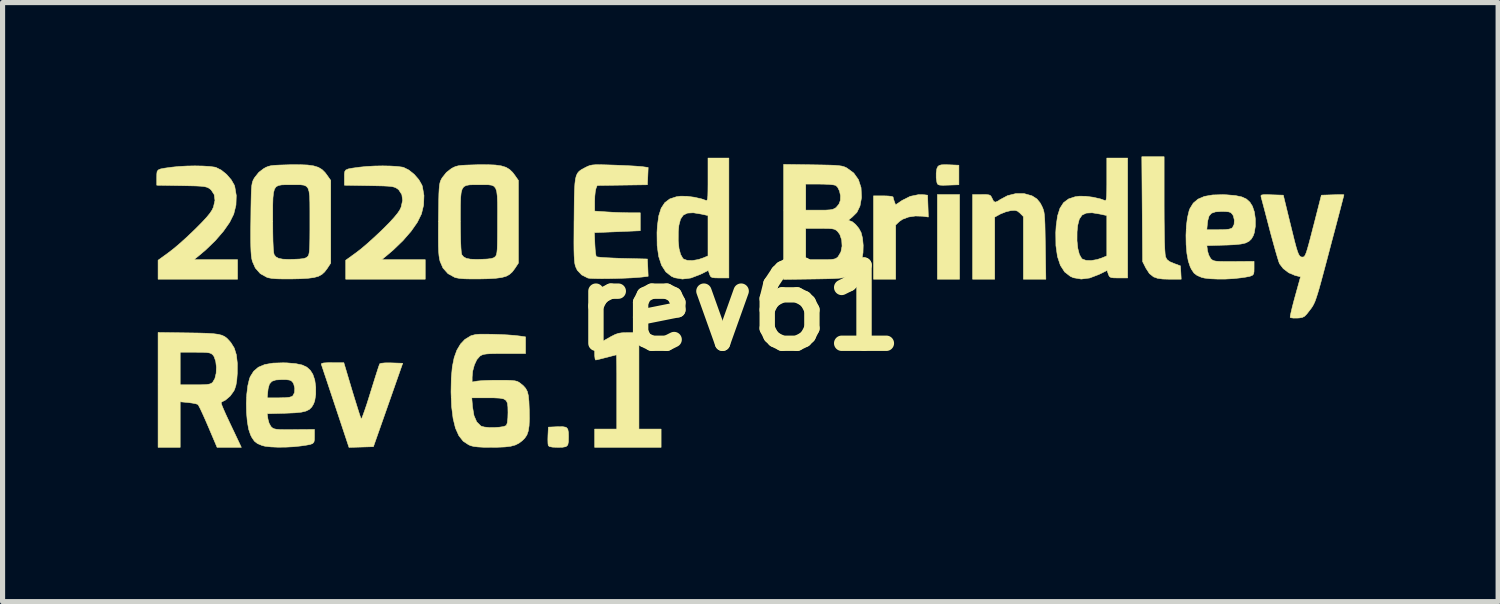
<source format=kicad_pcb>
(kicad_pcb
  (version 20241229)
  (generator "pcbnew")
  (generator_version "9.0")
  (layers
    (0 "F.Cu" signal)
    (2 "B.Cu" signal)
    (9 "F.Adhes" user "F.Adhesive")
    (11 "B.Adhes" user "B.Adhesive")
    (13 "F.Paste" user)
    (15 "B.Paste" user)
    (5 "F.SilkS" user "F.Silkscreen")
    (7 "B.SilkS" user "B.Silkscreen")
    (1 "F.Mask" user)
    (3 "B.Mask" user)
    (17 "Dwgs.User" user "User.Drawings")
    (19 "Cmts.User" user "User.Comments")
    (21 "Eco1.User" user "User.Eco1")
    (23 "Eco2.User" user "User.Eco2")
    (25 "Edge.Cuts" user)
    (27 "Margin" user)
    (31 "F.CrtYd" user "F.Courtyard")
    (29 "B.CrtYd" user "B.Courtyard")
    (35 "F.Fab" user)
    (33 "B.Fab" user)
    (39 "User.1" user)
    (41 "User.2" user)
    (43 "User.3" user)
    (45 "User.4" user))
  (footprint "rev61"
    (layer "F.Cu")
    (at 11.359 2.951)
    (property "Reference" "rev61" (at 0 0 0) (layer "F.SilkS") (effects (font (size 1.524 1.524) (thickness 0.3))))
    (attr through_hole)
    (fp_poly (pts (xy 4.293 -0.559) (xy 3.861 -0.559) (xy 3.861 -2.21) (xy 4.293 -2.21) (xy 4.293 -0.559)) (stroke (width 0.01) (type solid)) (fill yes) (layer "F.SilkS"))
    (fp_poly (pts (xy 4.09 -2.789) (xy 4.28 -2.781) (xy 4.28 -2.4) (xy 4.074 -2.393) (xy 3.971 -2.39) (xy 3.909 -2.393) (xy 3.875 -2.403) (xy 3.859 -2.423) (xy 3.852 -2.444) (xy 3.838 -2.533) (xy 3.838 -2.629) (xy 3.85 -2.711) (xy 3.868 -2.752) (xy 3.894 -2.775) (xy 3.937 -2.788) (xy 4.009 -2.791) (xy 4.09 -2.789)) (stroke (width 0.01) (type solid)) (fill yes) (layer "F.SilkS"))
    (fp_poly (pts (xy -3.376 2.327) (xy -3.343 2.362) (xy -3.33 2.427) (xy -3.328 2.506) (xy -3.33 2.609) (xy -3.343 2.672) (xy -3.378 2.704) (xy -3.445 2.716) (xy -3.534 2.718) (xy -3.64 2.714) (xy -3.701 2.702) (xy -3.723 2.683) (xy -3.729 2.641) (xy -3.731 2.566) (xy -3.729 2.487) (xy -3.721 2.324) (xy -3.546 2.316) (xy -3.441 2.315) (xy -3.376 2.327)) (stroke (width 0.01) (type solid)) (fill yes) (layer "F.SilkS"))
    (fp_poly (pts (xy 3.596 -2.206) (xy 3.67 -2.197) (xy 3.685 -1.771) (xy 3.57 -1.787) (xy 3.432 -1.791) (xy 3.298 -1.771) (xy 3.183 -1.728) (xy 3.119 -1.684) (xy 3.048 -1.616) (xy 3.048 -0.559) (xy 2.616 -0.559) (xy 2.616 -2.184) (xy 2.807 -2.184) (xy 2.898 -2.181) (xy 2.965 -2.174) (xy 2.996 -2.163) (xy 2.997 -2.161) (xy 3.006 -2.121) (xy 3.022 -2.073) (xy 3.046 -2.009) (xy 3.174 -2.095) (xy 3.331 -2.174) (xy 3.496 -2.208) (xy 3.596 -2.206)) (stroke (width 0.01) (type solid)) (fill yes) (layer "F.SilkS"))
    (fp_poly (pts (xy 8.28 -2.946) (xy 8.28 -2.01) (xy 8.281 -1.728) (xy 8.284 -1.489) (xy 8.287 -1.295) (xy 8.293 -1.147) (xy 8.3 -1.047) (xy 8.308 -0.996) (xy 8.308 -0.995) (xy 8.336 -0.942) (xy 8.387 -0.902) (xy 8.467 -0.868) (xy 8.598 -0.819) (xy 8.606 -0.689) (xy 8.613 -0.559) (xy 8.39 -0.559) (xy 8.251 -0.563) (xy 8.152 -0.577) (xy 8.078 -0.603) (xy 8.077 -0.603) (xy 7.994 -0.668) (xy 7.925 -0.775) (xy 7.861 -0.902) (xy 7.853 -1.924) (xy 7.845 -2.946) (xy 8.063 -2.946) (xy 8.28 -2.946)) (stroke (width 0.01) (type solid)) (fill yes) (layer "F.SilkS"))
    (fp_poly (pts (xy -1.956 2.362) (xy -1.524 2.362) (xy -1.524 2.718) (xy -2.819 2.718) (xy -2.819 2.362) (xy -2.388 2.362) (xy -2.388 1.638) (xy -2.388 1.452) (xy -2.388 1.284) (xy -2.389 1.14) (xy -2.391 1.027) (xy -2.392 0.95) (xy -2.394 0.916) (xy -2.394 0.915) (xy -2.42 0.921) (xy -2.482 0.937) (xy -2.569 0.96) (xy -2.591 0.965) (xy -2.684 0.989) (xy -2.757 1.007) (xy -2.797 1.015) (xy -2.8 1.016) (xy -2.811 0.993) (xy -2.818 0.934) (xy -2.819 0.878) (xy -2.819 0.74) (xy -2.594 0.612) (xy -2.49 0.553) (xy -2.415 0.516) (xy -2.352 0.495) (xy -2.285 0.485) (xy -2.201 0.483) (xy -2.162 0.483) (xy -1.956 0.483) (xy -1.956 2.362)) (stroke (width 0.01) (type solid)) (fill yes) (layer "F.SilkS"))
    (fp_poly (pts (xy -7.547 1.607) (xy -7.499 1.764) (xy -7.455 1.905) (xy -7.418 2.023) (xy -7.39 2.109) (xy -7.372 2.157) (xy -7.369 2.165) (xy -7.357 2.147) (xy -7.333 2.087) (xy -7.299 1.992) (xy -7.257 1.868) (xy -7.211 1.722) (xy -7.188 1.648) (xy -7.139 1.491) (xy -7.095 1.35) (xy -7.057 1.232) (xy -7.029 1.145) (xy -7.011 1.097) (xy -7.008 1.089) (xy -6.978 1.079) (xy -6.909 1.072) (xy -6.814 1.071) (xy -6.777 1.072) (xy -6.56 1.079) (xy -6.845 1.892) (xy -7.131 2.705) (xy -7.369 2.712) (xy -7.607 2.719) (xy -7.871 1.925) (xy -7.935 1.733) (xy -7.994 1.556) (xy -8.046 1.399) (xy -8.09 1.269) (xy -8.122 1.172) (xy -8.142 1.113) (xy -8.147 1.099) (xy -8.14 1.083) (xy -8.099 1.073) (xy -8.019 1.068) (xy -7.933 1.067) (xy -7.708 1.067) (xy -7.547 1.607)) (stroke (width 0.01) (type solid)) (fill yes) (layer "F.SilkS"))
    (fp_poly (pts (xy 5.551 -2.228) (xy 5.7 -2.186) (xy 5.716 -2.178) (xy 5.8 -2.124) (xy 5.861 -2.05) (xy 5.892 -1.994) (xy 5.911 -1.954) (xy 5.926 -1.914) (xy 5.938 -1.87) (xy 5.946 -1.813) (xy 5.952 -1.736) (xy 5.957 -1.632) (xy 5.96 -1.496) (xy 5.963 -1.319) (xy 5.965 -1.213) (xy 5.975 -0.559) (xy 5.537 -0.559) (xy 5.537 -1.78) (xy 5.472 -1.846) (xy 5.423 -1.886) (xy 5.374 -1.901) (xy 5.301 -1.897) (xy 5.291 -1.896) (xy 5.193 -1.872) (xy 5.095 -1.833) (xy 5.077 -1.824) (xy 4.978 -1.769) (xy 4.978 -0.559) (xy 4.547 -0.559) (xy 4.547 -2.21) (xy 4.721 -2.21) (xy 4.814 -2.209) (xy 4.869 -2.202) (xy 4.9 -2.185) (xy 4.919 -2.153) (xy 4.928 -2.134) (xy 4.957 -2.077) (xy 4.992 -2.061) (xy 5.043 -2.083) (xy 5.081 -2.109) (xy 5.229 -2.188) (xy 5.39 -2.228) (xy 5.551 -2.228)) (stroke (width 0.01) (type solid)) (fill yes) (layer "F.SilkS"))
    (fp_poly (pts (xy -10.456 -2.765) (xy -10.324 -2.757) (xy -10.226 -2.744) (xy -10.201 -2.738) (xy -10.097 -2.686) (xy -9.993 -2.602) (xy -9.903 -2.498) (xy -9.842 -2.392) (xy -9.834 -2.368) (xy -9.804 -2.191) (xy -9.81 -2.004) (xy -9.853 -1.83) (xy -9.853 -1.829) (xy -9.933 -1.668) (xy -10.054 -1.495) (xy -10.211 -1.313) (xy -10.399 -1.131) (xy -10.528 -1.022) (xy -10.629 -0.94) (xy -9.779 -0.94) (xy -9.779 -0.559) (xy -11.328 -0.559) (xy -11.328 -0.929) (xy -11.119 -1.081) (xy -11.026 -1.153) (xy -10.91 -1.251) (xy -10.783 -1.365) (xy -10.658 -1.483) (xy -10.602 -1.537) (xy -10.477 -1.663) (xy -10.384 -1.763) (xy -10.319 -1.842) (xy -10.276 -1.907) (xy -10.249 -1.964) (xy -10.219 -2.095) (xy -10.234 -2.208) (xy -10.293 -2.298) (xy -10.321 -2.322) (xy -10.349 -2.34) (xy -10.383 -2.354) (xy -10.43 -2.365) (xy -10.498 -2.372) (xy -10.594 -2.377) (xy -10.727 -2.38) (xy -10.873 -2.383) (xy -11.354 -2.391) (xy -11.354 -2.54) (xy -11.353 -2.61) (xy -11.347 -2.658) (xy -11.325 -2.688) (xy -11.28 -2.708) (xy -11.203 -2.723) (xy -11.086 -2.739) (xy -11.066 -2.742) (xy -10.927 -2.756) (xy -10.77 -2.765) (xy -10.609 -2.768) (xy -10.456 -2.765)) (stroke (width 0.01) (type solid)) (fill yes) (layer "F.SilkS"))
    (fp_poly (pts (xy -6.799 -2.765) (xy -6.667 -2.757) (xy -6.568 -2.744) (xy -6.543 -2.738) (xy -6.439 -2.686) (xy -6.335 -2.602) (xy -6.245 -2.498) (xy -6.185 -2.392) (xy -6.177 -2.368) (xy -6.146 -2.191) (xy -6.153 -2.004) (xy -6.195 -1.83) (xy -6.196 -1.829) (xy -6.275 -1.668) (xy -6.396 -1.495) (xy -6.554 -1.313) (xy -6.742 -1.131) (xy -6.87 -1.022) (xy -6.971 -0.94) (xy -6.121 -0.94) (xy -6.121 -0.559) (xy -7.671 -0.559) (xy -7.671 -0.929) (xy -7.461 -1.081) (xy -7.368 -1.153) (xy -7.253 -1.251) (xy -7.126 -1.365) (xy -7 -1.483) (xy -6.944 -1.537) (xy -6.819 -1.663) (xy -6.727 -1.763) (xy -6.662 -1.842) (xy -6.618 -1.907) (xy -6.591 -1.964) (xy -6.562 -2.095) (xy -6.577 -2.208) (xy -6.635 -2.298) (xy -6.663 -2.322) (xy -6.692 -2.34) (xy -6.726 -2.354) (xy -6.773 -2.365) (xy -6.84 -2.372) (xy -6.937 -2.377) (xy -7.07 -2.38) (xy -7.215 -2.383) (xy -7.696 -2.391) (xy -7.696 -2.54) (xy -7.696 -2.61) (xy -7.689 -2.658) (xy -7.668 -2.688) (xy -7.623 -2.708) (xy -7.546 -2.723) (xy -7.428 -2.739) (xy -7.409 -2.742) (xy -7.269 -2.756) (xy -7.112 -2.765) (xy -6.951 -2.768) (xy -6.799 -2.765)) (stroke (width 0.01) (type solid)) (fill yes) (layer "F.SilkS"))
    (fp_poly (pts (xy -0.203 -0.584) (xy -0.379 -0.584) (xy -0.471 -0.585) (xy -0.526 -0.592) (xy -0.555 -0.608) (xy -0.573 -0.639) (xy -0.579 -0.657) (xy -0.605 -0.73) (xy -0.762 -0.652) (xy -0.943 -0.583) (xy -1.109 -0.562) (xy -1.26 -0.588) (xy -1.321 -0.615) (xy -1.431 -0.701) (xy -1.515 -0.83) (xy -1.571 -1.002) (xy -1.601 -1.215) (xy -1.602 -1.308) (xy -1.19 -1.308) (xy -1.175 -1.159) (xy -1.144 -1.042) (xy -1.1 -0.965) (xy -1.084 -0.951) (xy -1.013 -0.926) (xy -0.912 -0.923) (xy -0.796 -0.943) (xy -0.701 -0.975) (xy -0.61 -1.013) (xy -0.61 -1.8) (xy -0.743 -1.829) (xy -0.895 -1.854) (xy -1.01 -1.848) (xy -1.091 -1.809) (xy -1.145 -1.731) (xy -1.177 -1.611) (xy -1.189 -1.483) (xy -1.19 -1.308) (xy -1.602 -1.308) (xy -1.604 -1.469) (xy -1.596 -1.601) (xy -1.57 -1.793) (xy -1.523 -1.942) (xy -1.452 -2.051) (xy -1.355 -2.124) (xy -1.227 -2.166) (xy -1.149 -2.177) (xy -1.023 -2.176) (xy -0.878 -2.157) (xy -0.737 -2.125) (xy -0.654 -2.096) (xy -0.638 -2.092) (xy -0.626 -2.102) (xy -0.618 -2.132) (xy -0.613 -2.188) (xy -0.611 -2.278) (xy -0.61 -2.408) (xy -0.61 -2.499) (xy -0.61 -2.921) (xy -0.203 -2.921) (xy -0.203 -0.584)) (stroke (width 0.01) (type solid)) (fill yes) (layer "F.SilkS"))
    (fp_poly (pts (xy 7.569 -0.584) (xy 7.394 -0.584) (xy 7.301 -0.585) (xy 7.247 -0.592) (xy 7.217 -0.608) (xy 7.2 -0.639) (xy 7.193 -0.657) (xy 7.168 -0.73) (xy 7.01 -0.652) (xy 6.829 -0.583) (xy 6.663 -0.562) (xy 6.512 -0.588) (xy 6.452 -0.615) (xy 6.341 -0.701) (xy 6.258 -0.83) (xy 6.201 -1.002) (xy 6.171 -1.215) (xy 6.17 -1.308) (xy 6.582 -1.308) (xy 6.598 -1.159) (xy 6.628 -1.042) (xy 6.672 -0.965) (xy 6.688 -0.951) (xy 6.759 -0.926) (xy 6.86 -0.923) (xy 6.976 -0.943) (xy 7.071 -0.975) (xy 7.163 -1.013) (xy 7.163 -1.8) (xy 7.029 -1.829) (xy 6.877 -1.854) (xy 6.763 -1.848) (xy 6.681 -1.809) (xy 6.627 -1.731) (xy 6.596 -1.611) (xy 6.583 -1.483) (xy 6.582 -1.308) (xy 6.17 -1.308) (xy 6.168 -1.469) (xy 6.176 -1.601) (xy 6.203 -1.793) (xy 6.25 -1.942) (xy 6.32 -2.051) (xy 6.418 -2.124) (xy 6.545 -2.166) (xy 6.624 -2.177) (xy 6.749 -2.176) (xy 6.895 -2.157) (xy 7.036 -2.125) (xy 7.118 -2.096) (xy 7.135 -2.092) (xy 7.147 -2.102) (xy 7.154 -2.132) (xy 7.159 -2.188) (xy 7.162 -2.278) (xy 7.163 -2.408) (xy 7.163 -2.499) (xy 7.163 -2.921) (xy 7.569 -2.921) (xy 7.569 -0.584)) (stroke (width 0.01) (type solid)) (fill yes) (layer "F.SilkS"))
    (fp_poly (pts (xy -10.738 0.487) (xy -10.534 0.49) (xy -10.373 0.495) (xy -10.25 0.503) (xy -10.156 0.515) (xy -10.085 0.533) (xy -10.03 0.559) (xy -9.984 0.594) (xy -9.94 0.641) (xy -9.909 0.677) (xy -9.843 0.783) (xy -9.802 0.916) (xy -9.783 1.082) (xy -9.784 1.273) (xy -9.794 1.409) (xy -9.811 1.51) (xy -9.837 1.59) (xy -9.852 1.62) (xy -9.921 1.716) (xy -10.014 1.796) (xy -10.092 1.836) (xy -10.098 1.845) (xy -10.094 1.869) (xy -10.079 1.912) (xy -10.05 1.981) (xy -10.006 2.08) (xy -9.944 2.213) (xy -9.862 2.386) (xy -9.846 2.419) (xy -9.705 2.718) (xy -10.178 2.718) (xy -10.351 2.311) (xy -10.409 2.177) (xy -10.462 2.059) (xy -10.506 1.965) (xy -10.538 1.904) (xy -10.551 1.883) (xy -10.59 1.869) (xy -10.662 1.855) (xy -10.738 1.845) (xy -10.897 1.83) (xy -10.897 2.718) (xy -11.328 2.718) (xy -11.328 0.864) (xy -10.897 0.864) (xy -10.897 1.499) (xy -10.604 1.499) (xy -10.475 1.498) (xy -10.386 1.494) (xy -10.328 1.485) (xy -10.29 1.471) (xy -10.264 1.45) (xy -10.221 1.377) (xy -10.196 1.273) (xy -10.191 1.156) (xy -10.204 1.043) (xy -10.236 0.95) (xy -10.263 0.913) (xy -10.291 0.891) (xy -10.329 0.877) (xy -10.387 0.869) (xy -10.476 0.865) (xy -10.604 0.864) (xy -10.897 0.864) (xy -11.328 0.864) (xy -11.328 0.479) (xy -10.738 0.487)) (stroke (width 0.01) (type solid)) (fill yes) (layer "F.SilkS"))
    (fp_poly (pts (xy -2.6 -2.788) (xy -2.44 -2.783) (xy -2.438 -2.783) (xy -2.284 -2.777) (xy -2.14 -2.77) (xy -2.017 -2.763) (xy -1.925 -2.756) (xy -1.885 -2.752) (xy -1.776 -2.737) (xy -1.783 -2.569) (xy -1.791 -2.4) (xy -2.28 -2.393) (xy -2.77 -2.386) (xy -2.795 -2.322) (xy -2.807 -2.264) (xy -2.816 -2.175) (xy -2.819 -2.074) (xy -2.819 -1.887) (xy -2.587 -1.871) (xy -2.448 -1.863) (xy -2.295 -1.857) (xy -2.159 -1.854) (xy -2.142 -1.854) (xy -1.93 -1.854) (xy -1.93 -1.504) (xy -2.377 -1.485) (xy -2.824 -1.467) (xy -2.815 -1.243) (xy -2.809 -1.141) (xy -2.8 -1.058) (xy -2.79 -1.007) (xy -2.786 -0.999) (xy -2.755 -0.992) (xy -2.681 -0.984) (xy -2.573 -0.977) (xy -2.439 -0.971) (xy -2.288 -0.965) (xy -2.278 -0.965) (xy -1.791 -0.953) (xy -1.783 -0.784) (xy -1.776 -0.616) (xy -1.898 -0.601) (xy -1.989 -0.593) (xy -2.109 -0.585) (xy -2.249 -0.579) (xy -2.399 -0.574) (xy -2.549 -0.571) (xy -2.689 -0.57) (xy -2.808 -0.572) (xy -2.897 -0.575) (xy -2.947 -0.581) (xy -2.949 -0.581) (xy -3.072 -0.643) (xy -3.157 -0.733) (xy -3.187 -0.796) (xy -3.199 -0.832) (xy -3.208 -0.878) (xy -3.214 -0.939) (xy -3.219 -1.021) (xy -3.222 -1.131) (xy -3.223 -1.272) (xy -3.222 -1.453) (xy -3.221 -1.677) (xy -3.22 -1.719) (xy -3.218 -1.957) (xy -3.216 -2.15) (xy -3.211 -2.303) (xy -3.204 -2.421) (xy -3.193 -2.511) (xy -3.176 -2.577) (xy -3.153 -2.626) (xy -3.122 -2.662) (xy -3.082 -2.692) (xy -3.031 -2.72) (xy -2.996 -2.739) (xy -2.953 -2.76) (xy -2.913 -2.775) (xy -2.866 -2.785) (xy -2.805 -2.79) (xy -2.719 -2.791) (xy -2.6 -2.788)) (stroke (width 0.01) (type solid)) (fill yes) (layer "F.SilkS"))
    (fp_poly (pts (xy 11.781 -2.206) (xy 11.785 -2.204) (xy 11.779 -2.179) (xy 11.761 -2.11) (xy 11.733 -2.002) (xy 11.696 -1.859) (xy 11.651 -1.688) (xy 11.6 -1.494) (xy 11.543 -1.281) (xy 11.509 -1.151) (xy 11.442 -0.897) (xy 11.386 -0.687) (xy 11.34 -0.516) (xy 11.302 -0.379) (xy 11.27 -0.272) (xy 11.243 -0.189) (xy 11.22 -0.125) (xy 11.197 -0.075) (xy 11.175 -0.034) (xy 11.151 0.002) (xy 11.124 0.038) (xy 11.121 0.042) (xy 11.061 0.119) (xy 11.017 0.164) (xy 10.973 0.186) (xy 10.916 0.196) (xy 10.879 0.198) (xy 10.803 0.199) (xy 10.75 0.192) (xy 10.737 0.185) (xy 10.739 0.155) (xy 10.754 0.085) (xy 10.778 -0.016) (xy 10.81 -0.14) (xy 10.832 -0.22) (xy 10.939 -0.606) (xy 10.831 -0.633) (xy 10.71 -0.684) (xy 10.603 -0.765) (xy 10.529 -0.861) (xy 10.513 -0.905) (xy 10.487 -0.989) (xy 10.452 -1.108) (xy 10.412 -1.252) (xy 10.367 -1.415) (xy 10.338 -1.525) (xy 10.294 -1.694) (xy 10.254 -1.847) (xy 10.219 -1.979) (xy 10.192 -2.081) (xy 10.174 -2.147) (xy 10.169 -2.166) (xy 10.167 -2.188) (xy 10.182 -2.201) (xy 10.223 -2.207) (xy 10.3 -2.207) (xy 10.38 -2.204) (xy 10.603 -2.197) (xy 10.736 -1.651) (xy 10.785 -1.453) (xy 10.823 -1.299) (xy 10.854 -1.184) (xy 10.879 -1.102) (xy 10.901 -1.047) (xy 10.921 -1.014) (xy 10.941 -0.997) (xy 10.964 -0.991) (xy 10.979 -0.991) (xy 10.997 -0.993) (xy 11.014 -1.005) (xy 11.031 -1.032) (xy 11.051 -1.08) (xy 11.074 -1.154) (xy 11.104 -1.261) (xy 11.142 -1.405) (xy 11.19 -1.592) (xy 11.191 -1.594) (xy 11.345 -2.197) (xy 11.565 -2.204) (xy 11.664 -2.207) (xy 11.74 -2.207) (xy 11.781 -2.206)) (stroke (width 0.01) (type solid)) (fill yes) (layer "F.SilkS"))
    (fp_poly (pts (xy -8.813 1.072) (xy -8.647 1.086) (xy -8.522 1.112) (xy -8.429 1.155) (xy -8.361 1.217) (xy -8.312 1.294) (xy -8.274 1.406) (xy -8.255 1.543) (xy -8.255 1.684) (xy -8.275 1.811) (xy -8.297 1.871) (xy -8.333 1.932) (xy -8.379 1.978) (xy -8.444 2.01) (xy -8.534 2.032) (xy -8.659 2.045) (xy -8.826 2.052) (xy -8.849 2.053) (xy -9.201 2.062) (xy -9.187 2.165) (xy -9.165 2.246) (xy -9.128 2.313) (xy -9.12 2.321) (xy -9.096 2.342) (xy -9.067 2.356) (xy -9.024 2.365) (xy -8.959 2.371) (xy -8.862 2.373) (xy -8.727 2.373) (xy -8.673 2.372) (xy -8.28 2.369) (xy -8.28 2.504) (xy -8.281 2.57) (xy -8.29 2.614) (xy -8.315 2.643) (xy -8.365 2.662) (xy -8.449 2.677) (xy -8.547 2.691) (xy -8.688 2.706) (xy -8.842 2.714) (xy -8.995 2.715) (xy -9.133 2.709) (xy -9.245 2.696) (xy -9.303 2.681) (xy -9.391 2.644) (xy -9.45 2.598) (xy -9.498 2.529) (xy -9.525 2.477) (xy -9.563 2.364) (xy -9.589 2.214) (xy -9.604 2.042) (xy -9.608 1.859) (xy -9.603 1.753) (xy -9.201 1.753) (xy -8.971 1.753) (xy -8.85 1.75) (xy -8.77 1.742) (xy -8.721 1.727) (xy -8.701 1.713) (xy -8.669 1.65) (xy -8.664 1.565) (xy -8.685 1.482) (xy -8.701 1.453) (xy -8.729 1.423) (xy -8.769 1.406) (xy -8.834 1.398) (xy -8.913 1.397) (xy -9.032 1.404) (xy -9.11 1.431) (xy -9.158 1.485) (xy -9.183 1.574) (xy -9.189 1.625) (xy -9.201 1.753) (xy -9.603 1.753) (xy -9.599 1.68) (xy -9.579 1.516) (xy -9.547 1.382) (xy -9.531 1.34) (xy -9.465 1.235) (xy -9.373 1.156) (xy -9.249 1.104) (xy -9.089 1.076) (xy -8.889 1.07) (xy -8.813 1.072)) (stroke (width 0.01) (type solid)) (fill yes) (layer "F.SilkS"))
    (fp_poly (pts (xy 9.5 -2.204) (xy 9.667 -2.19) (xy 9.792 -2.164) (xy 9.884 -2.122) (xy 9.952 -2.06) (xy 10.001 -1.982) (xy 10.039 -1.87) (xy 10.058 -1.734) (xy 10.058 -1.592) (xy 10.038 -1.466) (xy 10.017 -1.406) (xy 9.981 -1.344) (xy 9.934 -1.299) (xy 9.87 -1.266) (xy 9.779 -1.245) (xy 9.654 -1.232) (xy 9.488 -1.224) (xy 9.465 -1.224) (xy 9.113 -1.214) (xy 9.126 -1.111) (xy 9.149 -1.031) (xy 9.186 -0.964) (xy 9.194 -0.955) (xy 9.217 -0.935) (xy 9.246 -0.92) (xy 9.289 -0.911) (xy 9.355 -0.906) (xy 9.451 -0.904) (xy 9.587 -0.904) (xy 9.64 -0.904) (xy 10.033 -0.907) (xy 10.033 -0.773) (xy 10.032 -0.707) (xy 10.024 -0.662) (xy 9.999 -0.634) (xy 9.949 -0.615) (xy 9.864 -0.599) (xy 9.766 -0.585) (xy 9.625 -0.57) (xy 9.472 -0.562) (xy 9.319 -0.562) (xy 9.18 -0.568) (xy 9.068 -0.581) (xy 9.01 -0.595) (xy 8.922 -0.633) (xy 8.863 -0.678) (xy 8.815 -0.748) (xy 8.789 -0.8) (xy 8.751 -0.913) (xy 8.724 -1.062) (xy 8.709 -1.235) (xy 8.706 -1.417) (xy 8.711 -1.524) (xy 9.112 -1.524) (xy 9.342 -1.524) (xy 9.463 -1.526) (xy 9.544 -1.535) (xy 9.593 -1.55) (xy 9.612 -1.564) (xy 9.644 -1.627) (xy 9.649 -1.711) (xy 9.629 -1.794) (xy 9.612 -1.823) (xy 9.584 -1.854) (xy 9.544 -1.871) (xy 9.479 -1.878) (xy 9.4 -1.88) (xy 9.282 -1.872) (xy 9.203 -1.845) (xy 9.156 -1.791) (xy 9.131 -1.703) (xy 9.124 -1.651) (xy 9.112 -1.524) (xy 8.711 -1.524) (xy 8.714 -1.597) (xy 8.735 -1.76) (xy 8.767 -1.894) (xy 8.783 -1.936) (xy 8.848 -2.042) (xy 8.94 -2.12) (xy 9.064 -2.173) (xy 9.224 -2.201) (xy 9.425 -2.207) (xy 9.5 -2.204)) (stroke (width 0.01) (type solid)) (fill yes) (layer "F.SilkS"))
    (fp_poly (pts (xy 1.429 -2.789) (xy 1.614 -2.786) (xy 1.756 -2.783) (xy 1.862 -2.779) (xy 1.94 -2.772) (xy 1.997 -2.764) (xy 2.041 -2.752) (xy 2.079 -2.736) (xy 2.1 -2.724) (xy 2.231 -2.628) (xy 2.322 -2.5) (xy 2.373 -2.344) (xy 2.382 -2.161) (xy 2.381 -2.144) (xy 2.352 -1.985) (xy 2.292 -1.861) (xy 2.198 -1.768) (xy 2.186 -1.759) (xy 2.141 -1.723) (xy 2.133 -1.704) (xy 2.141 -1.702) (xy 2.2 -1.681) (xy 2.267 -1.626) (xy 2.33 -1.55) (xy 2.374 -1.469) (xy 2.402 -1.358) (xy 2.415 -1.219) (xy 2.411 -1.075) (xy 2.389 -0.946) (xy 2.389 -0.943) (xy 2.326 -0.807) (xy 2.222 -0.693) (xy 2.124 -0.628) (xy 2.087 -0.609) (xy 2.048 -0.595) (xy 2 -0.585) (xy 1.934 -0.578) (xy 1.845 -0.572) (xy 1.724 -0.568) (xy 1.565 -0.565) (xy 1.441 -0.563) (xy 0.864 -0.555) (xy 0.864 -1.549) (xy 1.295 -1.549) (xy 1.295 -0.94) (xy 1.583 -0.94) (xy 1.709 -0.94) (xy 1.794 -0.944) (xy 1.85 -0.952) (xy 1.887 -0.966) (xy 1.916 -0.988) (xy 1.927 -1) (xy 1.98 -1.09) (xy 2.003 -1.204) (xy 1.996 -1.323) (xy 1.96 -1.43) (xy 1.917 -1.489) (xy 1.887 -1.515) (xy 1.853 -1.533) (xy 1.805 -1.543) (xy 1.731 -1.548) (xy 1.62 -1.549) (xy 1.576 -1.549) (xy 1.295 -1.549) (xy 0.864 -1.549) (xy 0.864 -2.413) (xy 1.295 -2.413) (xy 1.295 -1.905) (xy 1.559 -1.905) (xy 1.682 -1.906) (xy 1.767 -1.911) (xy 1.824 -1.922) (xy 1.865 -1.941) (xy 1.888 -1.957) (xy 1.942 -2.022) (xy 1.97 -2.095) (xy 1.973 -2.186) (xy 1.953 -2.279) (xy 1.915 -2.354) (xy 1.879 -2.388) (xy 1.835 -2.398) (xy 1.753 -2.407) (xy 1.646 -2.412) (xy 1.564 -2.413) (xy 1.295 -2.413) (xy 0.864 -2.413) (xy 0.864 -2.797) (xy 1.429 -2.789)) (stroke (width 0.01) (type solid)) (fill yes) (layer "F.SilkS"))
    (fp_poly (pts (xy -8.414 -2.785) (xy -8.296 -2.768) (xy -8.205 -2.74) (xy -8.133 -2.697) (xy -8.074 -2.639) (xy -8.04 -2.594) (xy -7.963 -2.485) (xy -7.963 -0.873) (xy -8.03 -0.77) (xy -8.081 -0.703) (xy -8.135 -0.653) (xy -8.203 -0.616) (xy -8.291 -0.592) (xy -8.408 -0.577) (xy -8.561 -0.568) (xy -8.7 -0.565) (xy -8.878 -0.564) (xy -9.012 -0.567) (xy -9.111 -0.575) (xy -9.181 -0.588) (xy -9.204 -0.595) (xy -9.336 -0.668) (xy -9.433 -0.778) (xy -9.49 -0.907) (xy -9.502 -0.958) (xy -9.511 -1.02) (xy -9.517 -1.101) (xy -9.521 -1.206) (xy -9.523 -1.343) (xy -9.523 -1.517) (xy -9.52 -1.734) (xy -9.519 -1.828) (xy -9.093 -1.828) (xy -9.093 -1.685) (xy -9.092 -1.477) (xy -9.089 -1.304) (xy -9.083 -1.171) (xy -9.075 -1.081) (xy -9.066 -1.038) (xy -9.032 -0.995) (xy -8.979 -0.966) (xy -8.898 -0.95) (xy -8.78 -0.945) (xy -8.694 -0.947) (xy -8.574 -0.952) (xy -8.494 -0.961) (xy -8.444 -0.977) (xy -8.415 -0.998) (xy -8.401 -1.016) (xy -8.39 -1.042) (xy -8.382 -1.084) (xy -8.376 -1.146) (xy -8.372 -1.236) (xy -8.37 -1.359) (xy -8.369 -1.522) (xy -8.369 -1.676) (xy -8.369 -1.887) (xy -8.37 -2.053) (xy -8.374 -2.178) (xy -8.386 -2.27) (xy -8.406 -2.332) (xy -8.439 -2.371) (xy -8.486 -2.392) (xy -8.55 -2.4) (xy -8.635 -2.401) (xy -8.728 -2.4) (xy -8.835 -2.401) (xy -8.919 -2.398) (xy -8.982 -2.386) (xy -9.028 -2.361) (xy -9.059 -2.316) (xy -9.078 -2.245) (xy -9.089 -2.144) (xy -9.093 -2.007) (xy -9.093 -1.828) (xy -9.519 -1.828) (xy -9.518 -1.939) (xy -9.515 -2.1) (xy -9.512 -2.224) (xy -9.508 -2.316) (xy -9.502 -2.384) (xy -9.493 -2.434) (xy -9.482 -2.472) (xy -9.467 -2.505) (xy -9.449 -2.536) (xy -9.365 -2.642) (xy -9.271 -2.714) (xy -9.225 -2.74) (xy -9.18 -2.758) (xy -9.128 -2.771) (xy -9.058 -2.779) (xy -8.961 -2.784) (xy -8.827 -2.788) (xy -8.763 -2.79) (xy -8.567 -2.791) (xy -8.414 -2.785)) (stroke (width 0.01) (type solid)) (fill yes) (layer "F.SilkS"))
    (fp_poly (pts (xy -4.756 -2.785) (xy -4.638 -2.768) (xy -4.547 -2.74) (xy -4.476 -2.697) (xy -4.416 -2.639) (xy -4.382 -2.594) (xy -4.305 -2.485) (xy -4.305 -0.873) (xy -4.373 -0.77) (xy -4.423 -0.703) (xy -4.478 -0.653) (xy -4.545 -0.616) (xy -4.633 -0.592) (xy -4.75 -0.577) (xy -4.904 -0.568) (xy -5.042 -0.565) (xy -5.22 -0.564) (xy -5.355 -0.567) (xy -5.453 -0.575) (xy -5.523 -0.588) (xy -5.546 -0.595) (xy -5.678 -0.668) (xy -5.776 -0.778) (xy -5.832 -0.907) (xy -5.844 -0.958) (xy -5.853 -1.02) (xy -5.86 -1.101) (xy -5.864 -1.206) (xy -5.865 -1.343) (xy -5.865 -1.517) (xy -5.863 -1.734) (xy -5.862 -1.828) (xy -5.436 -1.828) (xy -5.436 -1.685) (xy -5.434 -1.477) (xy -5.431 -1.304) (xy -5.425 -1.171) (xy -5.418 -1.081) (xy -5.409 -1.038) (xy -5.374 -0.995) (xy -5.321 -0.966) (xy -5.24 -0.95) (xy -5.123 -0.945) (xy -5.036 -0.947) (xy -4.917 -0.952) (xy -4.837 -0.961) (xy -4.786 -0.977) (xy -4.757 -0.998) (xy -4.743 -1.016) (xy -4.732 -1.042) (xy -4.724 -1.084) (xy -4.718 -1.146) (xy -4.715 -1.236) (xy -4.713 -1.359) (xy -4.712 -1.522) (xy -4.712 -1.676) (xy -4.711 -1.887) (xy -4.712 -2.053) (xy -4.717 -2.178) (xy -4.728 -2.27) (xy -4.749 -2.332) (xy -4.781 -2.371) (xy -4.828 -2.392) (xy -4.892 -2.4) (xy -4.977 -2.401) (xy -5.07 -2.4) (xy -5.177 -2.401) (xy -5.261 -2.398) (xy -5.324 -2.386) (xy -5.37 -2.361) (xy -5.401 -2.316) (xy -5.421 -2.245) (xy -5.431 -2.144) (xy -5.435 -2.007) (xy -5.436 -1.828) (xy -5.862 -1.828) (xy -5.86 -1.939) (xy -5.858 -2.1) (xy -5.855 -2.224) (xy -5.85 -2.316) (xy -5.844 -2.384) (xy -5.835 -2.434) (xy -5.824 -2.472) (xy -5.809 -2.505) (xy -5.791 -2.536) (xy -5.707 -2.642) (xy -5.614 -2.714) (xy -5.567 -2.74) (xy -5.523 -2.758) (xy -5.47 -2.771) (xy -5.401 -2.779) (xy -5.304 -2.784) (xy -5.169 -2.788) (xy -5.105 -2.79) (xy -4.91 -2.791) (xy -4.756 -2.785)) (stroke (width 0.01) (type solid)) (fill yes) (layer "F.SilkS"))
    (fp_poly (pts (xy -4.815 0.514) (xy -4.667 0.519) (xy -4.52 0.526) (xy -4.387 0.536) (xy -4.282 0.548) (xy -4.274 0.549) (xy -4.166 0.565) (xy -4.166 0.889) (xy -4.574 0.889) (xy -4.73 0.89) (xy -4.843 0.892) (xy -4.923 0.897) (xy -4.978 0.905) (xy -5.017 0.918) (xy -5.049 0.936) (xy -5.056 0.941) (xy -5.115 1.008) (xy -5.163 1.11) (xy -5.196 1.231) (xy -5.207 1.349) (xy -5.207 1.445) (xy -5.112 1.427) (xy -5.05 1.421) (xy -4.951 1.415) (xy -4.827 1.411) (xy -4.693 1.41) (xy -4.682 1.41) (xy -4.542 1.41) (xy -4.444 1.414) (xy -4.376 1.421) (xy -4.329 1.432) (xy -4.293 1.451) (xy -4.277 1.462) (xy -4.21 1.516) (xy -4.163 1.569) (xy -4.131 1.63) (xy -4.111 1.711) (xy -4.1 1.821) (xy -4.094 1.971) (xy -4.093 1.988) (xy -4.091 2.164) (xy -4.097 2.298) (xy -4.113 2.4) (xy -4.14 2.478) (xy -4.182 2.54) (xy -4.229 2.587) (xy -4.294 2.636) (xy -4.365 2.672) (xy -4.453 2.696) (xy -4.566 2.71) (xy -4.714 2.716) (xy -4.839 2.717) (xy -4.986 2.716) (xy -5.094 2.71) (xy -5.173 2.701) (xy -5.235 2.685) (xy -5.275 2.668) (xy -5.381 2.598) (xy -5.466 2.49) (xy -5.532 2.343) (xy -5.578 2.155) (xy -5.607 1.923) (xy -5.614 1.753) (xy -5.214 1.753) (xy -5.199 1.932) (xy -5.171 2.098) (xy -5.118 2.221) (xy -5.041 2.298) (xy -5.028 2.306) (xy -4.969 2.322) (xy -4.88 2.331) (xy -4.778 2.332) (xy -4.677 2.325) (xy -4.594 2.313) (xy -4.544 2.293) (xy -4.541 2.291) (xy -4.522 2.242) (xy -4.511 2.144) (xy -4.508 2.041) (xy -4.51 1.933) (xy -4.519 1.856) (xy -4.544 1.805) (xy -4.591 1.774) (xy -4.668 1.759) (xy -4.783 1.753) (xy -4.911 1.753) (xy -5.214 1.753) (xy -5.614 1.753) (xy -5.618 1.645) (xy -5.618 1.626) (xy -5.613 1.365) (xy -5.593 1.147) (xy -5.557 0.969) (xy -5.504 0.823) (xy -5.433 0.704) (xy -5.349 0.615) (xy -5.229 0.542) (xy -5.14 0.519) (xy -5.065 0.513) (xy -4.952 0.512) (xy -4.815 0.514)) (stroke (width 0.01) (type solid)) (fill yes) (layer "F.SilkS")))
  (gr_rect
    (start -3 -3)
    (end 26.149 8.676)
    (stroke (width 0.1) (type default))
    (fill no)
    (layer "Edge.Cuts")))
</source>
